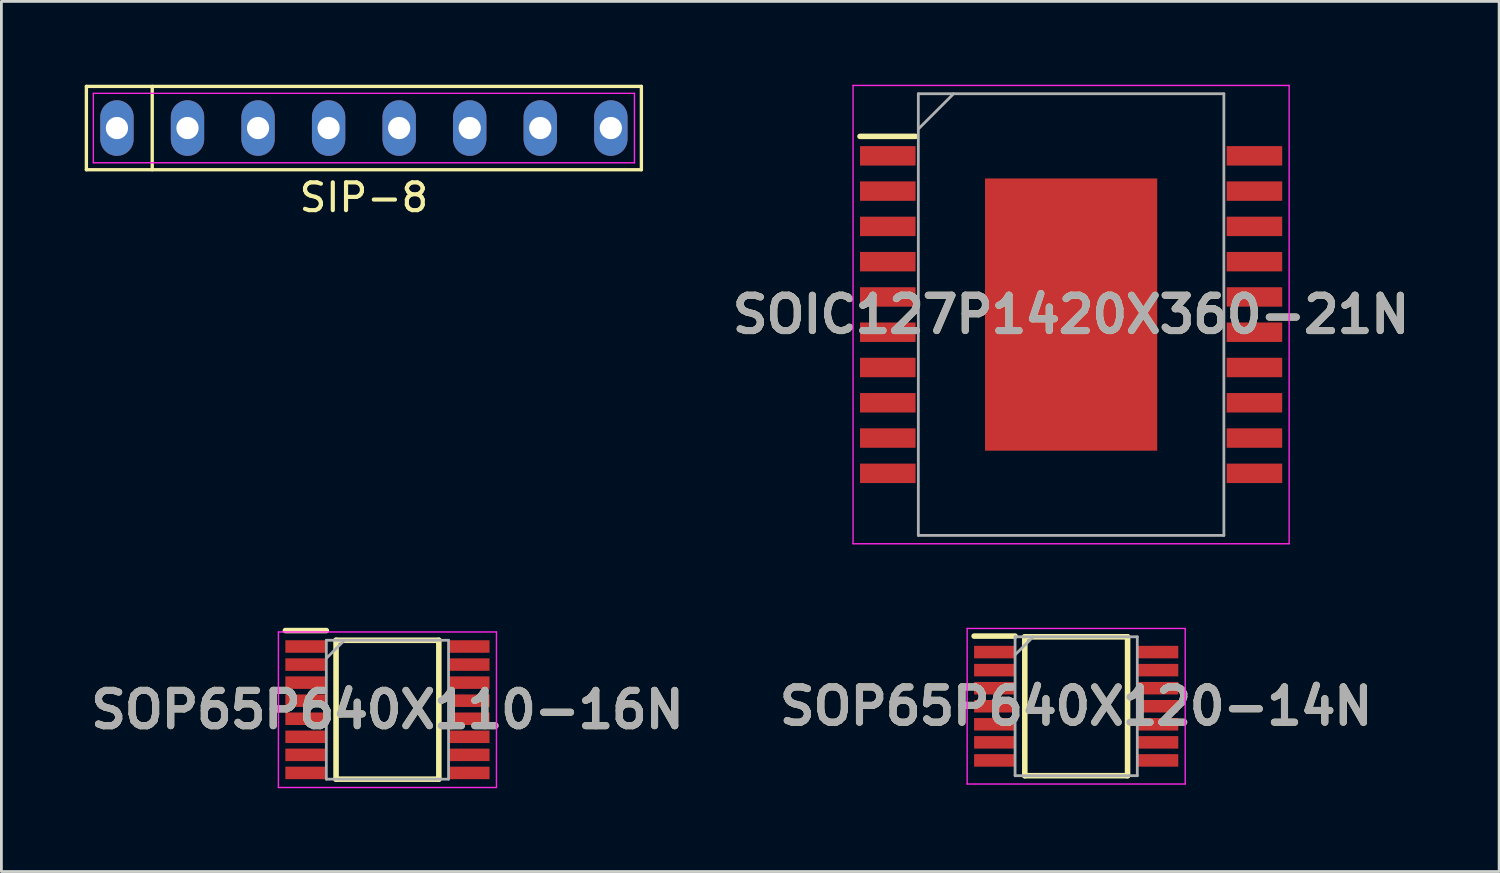
<source format=kicad_pcb>
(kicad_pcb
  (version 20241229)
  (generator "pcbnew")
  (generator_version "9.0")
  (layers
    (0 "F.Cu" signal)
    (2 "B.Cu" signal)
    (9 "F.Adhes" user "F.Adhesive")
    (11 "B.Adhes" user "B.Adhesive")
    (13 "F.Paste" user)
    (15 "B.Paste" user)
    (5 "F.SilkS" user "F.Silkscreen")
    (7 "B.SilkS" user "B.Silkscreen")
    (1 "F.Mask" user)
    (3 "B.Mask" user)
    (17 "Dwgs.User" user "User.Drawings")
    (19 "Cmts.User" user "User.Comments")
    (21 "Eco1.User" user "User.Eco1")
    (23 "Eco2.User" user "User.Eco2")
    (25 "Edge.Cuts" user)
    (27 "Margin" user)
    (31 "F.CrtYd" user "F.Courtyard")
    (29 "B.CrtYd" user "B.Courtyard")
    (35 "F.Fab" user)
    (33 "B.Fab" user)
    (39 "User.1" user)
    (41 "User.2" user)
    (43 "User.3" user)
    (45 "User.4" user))
  (footprint "SIP-8"
    (layer "F.Cu")
    (at 10.05 1.56)
    (property "Reference" "SIP-8" (at 0 2.5 0) (layer "F.SilkS") (effects (font (size 1 1) (thickness 0.15))))
    (attr through_hole)
    (fp_line (start -9.99 -1.5) (end 9.99 -1.5) (stroke (width 0.12) (type solid)) (layer "F.SilkS"))
    (fp_line (start -9.99 1.5) (end -9.99 -1.5) (stroke (width 0.12) (type solid)) (layer "F.SilkS"))
    (fp_line (start -7.62 -1.5) (end -7.62 1.5) (stroke (width 0.12) (type solid)) (layer "F.SilkS"))
    (fp_line (start 9.99 -1.5) (end 9.99 1.5) (stroke (width 0.12) (type solid)) (layer "F.SilkS"))
    (fp_line (start 9.99 1.5) (end -9.99 1.5) (stroke (width 0.12) (type solid)) (layer "F.SilkS"))
    (fp_line (start -9.74 -1.25) (end 9.74 -1.25) (stroke (width 0.05) (type solid)) (layer "F.CrtYd"))
    (fp_line (start -9.74 1.25) (end -9.74 -1.25) (stroke (width 0.05) (type solid)) (layer "F.CrtYd"))
    (fp_line (start 9.74 -1.25) (end 9.74 1.25) (stroke (width 0.05) (type solid)) (layer "F.CrtYd"))
    (fp_line (start 9.74 1.25) (end -9.74 1.25) (stroke (width 0.05) (type solid)) (layer "F.CrtYd"))
    (pad "1" thru_hole oval (at -8.89 0) (size 1.2 2) (drill 0.8) (layers "*.Cu" "*.Mask"))
    (pad "2" thru_hole oval (at -6.35 0) (size 1.2 2) (drill 0.8) (layers "*.Cu" "*.Mask"))
    (pad "3" thru_hole oval (at -3.81 0) (size 1.2 2) (drill 0.8) (layers "*.Cu" "*.Mask"))
    (pad "4" thru_hole oval (at -1.27 0) (size 1.2 2) (drill 0.8) (layers "*.Cu" "*.Mask"))
    (pad "5" thru_hole oval (at 1.27 0) (size 1.2 2) (drill 0.8) (layers "*.Cu" "*.Mask"))
    (pad "6" thru_hole oval (at 3.81 0) (size 1.2 2) (drill 0.8) (layers "*.Cu" "*.Mask"))
    (pad "7" thru_hole oval (at 6.35 0) (size 1.2 2) (drill 0.8) (layers "*.Cu" "*.Mask"))
    (pad "8" thru_hole oval (at 8.89 0) (size 1.2 2) (drill 0.8) (layers "*.Cu" "*.Mask")))
  (footprint "SOIC127P1420X360-21N"
    (layer "F.Cu")
    (at 35.51 8.275)
    (property "Reference" "SOIC127P1420X360-21N" (at 0 0 0) (layer "F.SilkS") (effects (font (size 1.27 1.27) (thickness 0.254))))
    (attr smd)
    (fp_line (start -7.6 -6.415) (end -5.6 -6.415) (stroke (width 0.2) (type solid)) (layer "F.SilkS"))
    (fp_line (start -7.85 -8.25) (end 7.85 -8.25) (stroke (width 0.05) (type solid)) (layer "F.CrtYd"))
    (fp_line (start -7.85 8.25) (end -7.85 -8.25) (stroke (width 0.05) (type solid)) (layer "F.CrtYd"))
    (fp_line (start 7.85 -8.25) (end 7.85 8.25) (stroke (width 0.05) (type solid)) (layer "F.CrtYd"))
    (fp_line (start 7.85 8.25) (end -7.85 8.25) (stroke (width 0.05) (type solid)) (layer "F.CrtYd"))
    (fp_line (start -5.5 -7.95) (end 5.5 -7.95) (stroke (width 0.1) (type solid)) (layer "F.Fab"))
    (fp_line (start -5.5 -6.68) (end -4.23 -7.95) (stroke (width 0.1) (type solid)) (layer "F.Fab"))
    (fp_line (start -5.5 7.95) (end -5.5 -7.95) (stroke (width 0.1) (type solid)) (layer "F.Fab"))
    (fp_line (start 5.5 -7.95) (end 5.5 7.95) (stroke (width 0.1) (type solid)) (layer "F.Fab"))
    (fp_line (start 5.5 7.95) (end -5.5 7.95) (stroke (width 0.1) (type solid)) (layer "F.Fab"))
    (fp_text user "${REFERENCE}" (at 0 0 0) (layer "F.Fab") (effects (font (size 1.27 1.27) (thickness 0.254))))
    (pad "1" smd rect (at -6.6 -5.715 90) (size 0.7 2) (layers "F.Cu" "F.Mask" "F.Paste"))
    (pad "2" smd rect (at -6.6 -4.445 90) (size 0.7 2) (layers "F.Cu" "F.Mask" "F.Paste"))
    (pad "3" smd rect (at -6.6 -3.175 90) (size 0.7 2) (layers "F.Cu" "F.Mask" "F.Paste"))
    (pad "4" smd rect (at -6.6 -1.905 90) (size 0.7 2) (layers "F.Cu" "F.Mask" "F.Paste"))
    (pad "5" smd rect (at -6.6 -0.635 90) (size 0.7 2) (layers "F.Cu" "F.Mask" "F.Paste"))
    (pad "6" smd rect (at -6.6 0.635 90) (size 0.7 2) (layers "F.Cu" "F.Mask" "F.Paste"))
    (pad "7" smd rect (at -6.6 1.905 90) (size 0.7 2) (layers "F.Cu" "F.Mask" "F.Paste"))
    (pad "8" smd rect (at -6.6 3.175 90) (size 0.7 2) (layers "F.Cu" "F.Mask" "F.Paste"))
    (pad "9" smd rect (at -6.6 4.445 90) (size 0.7 2) (layers "F.Cu" "F.Mask" "F.Paste"))
    (pad "10" smd rect (at -6.6 5.715 90) (size 0.7 2) (layers "F.Cu" "F.Mask" "F.Paste"))
    (pad "11" smd rect (at 6.6 5.715 90) (size 0.7 2) (layers "F.Cu" "F.Mask" "F.Paste"))
    (pad "12" smd rect (at 6.6 4.445 90) (size 0.7 2) (layers "F.Cu" "F.Mask" "F.Paste"))
    (pad "13" smd rect (at 6.6 3.175 90) (size 0.7 2) (layers "F.Cu" "F.Mask" "F.Paste"))
    (pad "14" smd rect (at 6.6 1.905 90) (size 0.7 2) (layers "F.Cu" "F.Mask" "F.Paste"))
    (pad "15" smd rect (at 6.6 0.635 90) (size 0.7 2) (layers "F.Cu" "F.Mask" "F.Paste"))
    (pad "16" smd rect (at 6.6 -0.635 90) (size 0.7 2) (layers "F.Cu" "F.Mask" "F.Paste"))
    (pad "17" smd rect (at 6.6 -1.905 90) (size 0.7 2) (layers "F.Cu" "F.Mask" "F.Paste"))
    (pad "18" smd rect (at 6.6 -3.175 90) (size 0.7 2) (layers "F.Cu" "F.Mask" "F.Paste"))
    (pad "19" smd rect (at 6.6 -4.445 90) (size 0.7 2) (layers "F.Cu" "F.Mask" "F.Paste"))
    (pad "20" smd rect (at 6.6 -5.715 90) (size 0.7 2) (layers "F.Cu" "F.Mask" "F.Paste"))
    (pad "21" smd rect (at 0 0) (size 6.2 9.8) (layers "F.Cu" "F.Mask" "F.Paste")))
  (footprint "SOP65P640X110-16N"
    (layer "F.Cu")
    (at 10.898 22.5)
    (property "Reference" "SOP65P640X110-16N" (at 0 0 0) (layer "F.SilkS") (effects (font (size 1.27 1.27) (thickness 0.254))))
    (attr smd)
    (fp_line (start -3.675 -2.85) (end -2.2 -2.85) (stroke (width 0.2) (type solid)) (layer "F.SilkS"))
    (fp_line (start -1.85 -2.5) (end 1.85 -2.5) (stroke (width 0.2) (type solid)) (layer "F.SilkS"))
    (fp_line (start -1.85 2.5) (end -1.85 -2.5) (stroke (width 0.2) (type solid)) (layer "F.SilkS"))
    (fp_line (start 1.85 -2.5) (end 1.85 2.5) (stroke (width 0.2) (type solid)) (layer "F.SilkS"))
    (fp_line (start 1.85 2.5) (end -1.85 2.5) (stroke (width 0.2) (type solid)) (layer "F.SilkS"))
    (fp_line (start -3.925 -2.8) (end 3.925 -2.8) (stroke (width 0.05) (type solid)) (layer "F.CrtYd"))
    (fp_line (start -3.925 2.8) (end -3.925 -2.8) (stroke (width 0.05) (type solid)) (layer "F.CrtYd"))
    (fp_line (start 3.925 -2.8) (end 3.925 2.8) (stroke (width 0.05) (type solid)) (layer "F.CrtYd"))
    (fp_line (start 3.925 2.8) (end -3.925 2.8) (stroke (width 0.05) (type solid)) (layer "F.CrtYd"))
    (fp_line (start -2.2 -2.5) (end 2.2 -2.5) (stroke (width 0.1) (type solid)) (layer "F.Fab"))
    (fp_line (start -2.2 -1.85) (end -1.55 -2.5) (stroke (width 0.1) (type solid)) (layer "F.Fab"))
    (fp_line (start -2.2 2.5) (end -2.2 -2.5) (stroke (width 0.1) (type solid)) (layer "F.Fab"))
    (fp_line (start 2.2 -2.5) (end 2.2 2.5) (stroke (width 0.1) (type solid)) (layer "F.Fab"))
    (fp_line (start 2.2 2.5) (end -2.2 2.5) (stroke (width 0.1) (type solid)) (layer "F.Fab"))
    (fp_text user "${REFERENCE}" (at 0 0 0) (layer "F.Fab") (effects (font (size 1.27 1.27) (thickness 0.254))))
    (pad "1" smd rect (at -2.938 -2.275 90) (size 0.45 1.475) (layers "F.Cu" "F.Mask" "F.Paste"))
    (pad "2" smd rect (at -2.938 -1.625 90) (size 0.45 1.475) (layers "F.Cu" "F.Mask" "F.Paste"))
    (pad "3" smd rect (at -2.938 -0.975 90) (size 0.45 1.475) (layers "F.Cu" "F.Mask" "F.Paste"))
    (pad "4" smd rect (at -2.938 -0.325 90) (size 0.45 1.475) (layers "F.Cu" "F.Mask" "F.Paste"))
    (pad "5" smd rect (at -2.938 0.325 90) (size 0.45 1.475) (layers "F.Cu" "F.Mask" "F.Paste"))
    (pad "6" smd rect (at -2.938 0.975 90) (size 0.45 1.475) (layers "F.Cu" "F.Mask" "F.Paste"))
    (pad "7" smd rect (at -2.938 1.625 90) (size 0.45 1.475) (layers "F.Cu" "F.Mask" "F.Paste"))
    (pad "8" smd rect (at -2.938 2.275 90) (size 0.45 1.475) (layers "F.Cu" "F.Mask" "F.Paste"))
    (pad "9" smd rect (at 2.938 2.275 90) (size 0.45 1.475) (layers "F.Cu" "F.Mask" "F.Paste"))
    (pad "10" smd rect (at 2.938 1.625 90) (size 0.45 1.475) (layers "F.Cu" "F.Mask" "F.Paste"))
    (pad "11" smd rect (at 2.938 0.975 90) (size 0.45 1.475) (layers "F.Cu" "F.Mask" "F.Paste"))
    (pad "12" smd rect (at 2.938 0.325 90) (size 0.45 1.475) (layers "F.Cu" "F.Mask" "F.Paste"))
    (pad "13" smd rect (at 2.938 -0.325 90) (size 0.45 1.475) (layers "F.Cu" "F.Mask" "F.Paste"))
    (pad "14" smd rect (at 2.938 -0.975 90) (size 0.45 1.475) (layers "F.Cu" "F.Mask" "F.Paste"))
    (pad "15" smd rect (at 2.938 -1.625 90) (size 0.45 1.475) (layers "F.Cu" "F.Mask" "F.Paste"))
    (pad "16" smd rect (at 2.938 -2.275 90) (size 0.45 1.475) (layers "F.Cu" "F.Mask" "F.Paste")))
  (footprint "SOP65P640X120-14N"
    (layer "F.Cu")
    (at 35.693 22.375)
    (property "Reference" "SOP65P640X120-14N" (at 0 0 0) (layer "F.SilkS") (effects (font (size 1.27 1.27) (thickness 0.254))))
    (attr smd)
    (fp_line (start -3.675 -2.525) (end -2.2 -2.525) (stroke (width 0.2) (type solid)) (layer "F.SilkS"))
    (fp_line (start -1.85 -2.5) (end 1.85 -2.5) (stroke (width 0.2) (type solid)) (layer "F.SilkS"))
    (fp_line (start -1.85 2.5) (end -1.85 -2.5) (stroke (width 0.2) (type solid)) (layer "F.SilkS"))
    (fp_line (start 1.85 -2.5) (end 1.85 2.5) (stroke (width 0.2) (type solid)) (layer "F.SilkS"))
    (fp_line (start 1.85 2.5) (end -1.85 2.5) (stroke (width 0.2) (type solid)) (layer "F.SilkS"))
    (fp_line (start -3.925 -2.8) (end 3.925 -2.8) (stroke (width 0.05) (type solid)) (layer "F.CrtYd"))
    (fp_line (start -3.925 2.8) (end -3.925 -2.8) (stroke (width 0.05) (type solid)) (layer "F.CrtYd"))
    (fp_line (start 3.925 -2.8) (end 3.925 2.8) (stroke (width 0.05) (type solid)) (layer "F.CrtYd"))
    (fp_line (start 3.925 2.8) (end -3.925 2.8) (stroke (width 0.05) (type solid)) (layer "F.CrtYd"))
    (fp_line (start -2.2 -2.5) (end 2.2 -2.5) (stroke (width 0.1) (type solid)) (layer "F.Fab"))
    (fp_line (start -2.2 -1.85) (end -1.55 -2.5) (stroke (width 0.1) (type solid)) (layer "F.Fab"))
    (fp_line (start -2.2 2.5) (end -2.2 -2.5) (stroke (width 0.1) (type solid)) (layer "F.Fab"))
    (fp_line (start 2.2 -2.5) (end 2.2 2.5) (stroke (width 0.1) (type solid)) (layer "F.Fab"))
    (fp_line (start 2.2 2.5) (end -2.2 2.5) (stroke (width 0.1) (type solid)) (layer "F.Fab"))
    (fp_text user "${REFERENCE}" (at 0 0 0) (layer "F.Fab") (effects (font (size 1.27 1.27) (thickness 0.254))))
    (pad "1" smd rect (at -2.938 -1.95 90) (size 0.45 1.475) (layers "F.Cu" "F.Mask" "F.Paste"))
    (pad "2" smd rect (at -2.938 -1.3 90) (size 0.45 1.475) (layers "F.Cu" "F.Mask" "F.Paste"))
    (pad "3" smd rect (at -2.938 -0.65 90) (size 0.45 1.475) (layers "F.Cu" "F.Mask" "F.Paste"))
    (pad "4" smd rect (at -2.938 0 90) (size 0.45 1.475) (layers "F.Cu" "F.Mask" "F.Paste"))
    (pad "5" smd rect (at -2.938 0.65 90) (size 0.45 1.475) (layers "F.Cu" "F.Mask" "F.Paste"))
    (pad "6" smd rect (at -2.938 1.3 90) (size 0.45 1.475) (layers "F.Cu" "F.Mask" "F.Paste"))
    (pad "7" smd rect (at -2.938 1.95 90) (size 0.45 1.475) (layers "F.Cu" "F.Mask" "F.Paste"))
    (pad "8" smd rect (at 2.938 1.95 90) (size 0.45 1.475) (layers "F.Cu" "F.Mask" "F.Paste"))
    (pad "9" smd rect (at 2.938 1.3 90) (size 0.45 1.475) (layers "F.Cu" "F.Mask" "F.Paste"))
    (pad "10" smd rect (at 2.938 0.65 90) (size 0.45 1.475) (layers "F.Cu" "F.Mask" "F.Paste"))
    (pad "11" smd rect (at 2.938 0 90) (size 0.45 1.475) (layers "F.Cu" "F.Mask" "F.Paste"))
    (pad "12" smd rect (at 2.938 -0.65 90) (size 0.45 1.475) (layers "F.Cu" "F.Mask" "F.Paste"))
    (pad "13" smd rect (at 2.938 -1.3 90) (size 0.45 1.475) (layers "F.Cu" "F.Mask" "F.Paste"))
    (pad "14" smd rect (at 2.938 -1.95 90) (size 0.45 1.475) (layers "F.Cu" "F.Mask" "F.Paste")))
  (gr_rect
    (start -3 -3)
    (end 50.919 28.325)
    (stroke (width 0.1) (type default))
    (fill no)
    (layer "Edge.Cuts")))
</source>
